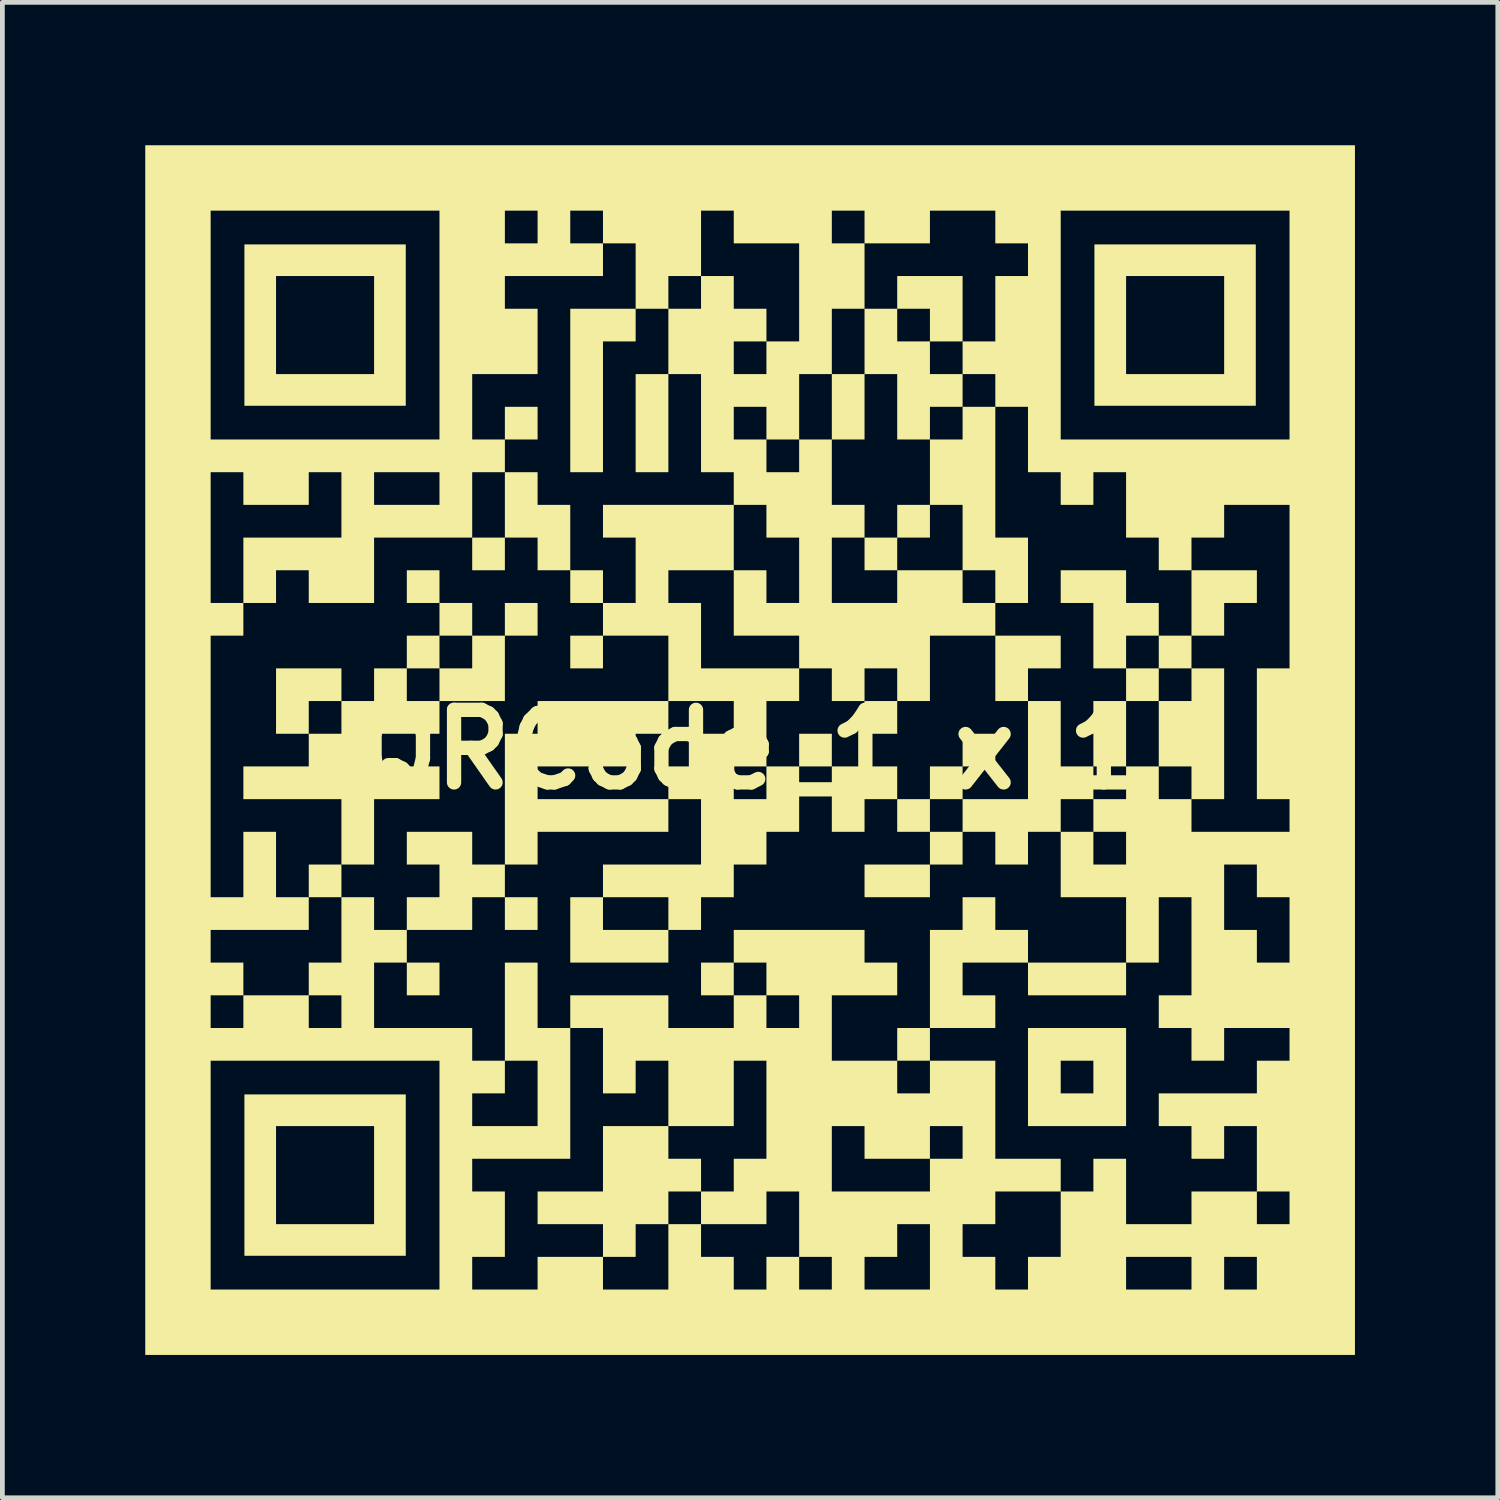
<source format=kicad_pcb>
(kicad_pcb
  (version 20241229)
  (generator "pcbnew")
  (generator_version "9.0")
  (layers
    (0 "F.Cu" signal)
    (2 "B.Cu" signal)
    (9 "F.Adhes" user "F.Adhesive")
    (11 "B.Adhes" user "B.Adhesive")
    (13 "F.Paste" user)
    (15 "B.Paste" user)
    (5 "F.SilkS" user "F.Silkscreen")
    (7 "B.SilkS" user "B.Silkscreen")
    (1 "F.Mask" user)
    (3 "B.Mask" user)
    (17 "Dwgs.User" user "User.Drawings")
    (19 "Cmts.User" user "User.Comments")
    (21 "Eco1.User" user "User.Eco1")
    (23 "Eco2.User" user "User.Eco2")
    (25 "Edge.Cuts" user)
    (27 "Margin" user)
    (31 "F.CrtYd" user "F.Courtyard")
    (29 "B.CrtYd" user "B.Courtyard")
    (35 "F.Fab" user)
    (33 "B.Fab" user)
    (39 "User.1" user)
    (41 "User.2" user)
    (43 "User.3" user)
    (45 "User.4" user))
  (footprint "QRCode_1 x 1"
    (layer "F.Cu")
    (at 12.689 12.689)
    (property "Reference" "QRCode_1 x 1" (at 0 0 0) (layer "F.SilkS") (effects (font (size 1.524 1.524) (thickness 0.3))))
    (attr board_only exclude_from_pos_files exclude_from_bom)
    (fp_poly (pts (xy -8.57 3.1) (xy -9.256 3.1) (xy -9.256 2.414) (xy -8.57 2.414)) (stroke (width 0) (type solid)) (fill yes) (layer "F.SilkS"))
    (fp_poly (pts (xy -6.511 -3.078) (xy -7.197 -3.078) (xy -7.197 -3.765) (xy -6.511 -3.765)) (stroke (width 0) (type solid)) (fill yes) (layer "F.SilkS"))
    (fp_poly (pts (xy -6.511 5.16) (xy -7.197 5.16) (xy -7.197 4.473) (xy -6.511 4.473)) (stroke (width 0) (type solid)) (fill yes) (layer "F.SilkS"))
    (fp_poly (pts (xy -5.138 -3.765) (xy -5.824 -3.765) (xy -5.824 -4.451) (xy -5.138 -4.451)) (stroke (width 0) (type solid)) (fill yes) (layer "F.SilkS"))
    (fp_poly (pts (xy -4.451 -6.511) (xy -5.138 -6.511) (xy -5.138 -7.197) (xy -4.451 -7.197)) (stroke (width 0) (type solid)) (fill yes) (layer "F.SilkS"))
    (fp_poly (pts (xy -4.451 -2.392) (xy -5.138 -2.392) (xy -5.138 -3.078) (xy -4.451 -3.078)) (stroke (width 0) (type solid)) (fill yes) (layer "F.SilkS"))
    (fp_poly (pts (xy -4.451 3.787) (xy -5.138 3.787) (xy -5.138 3.1) (xy -4.451 3.1)) (stroke (width 0) (type solid)) (fill yes) (layer "F.SilkS"))
    (fp_poly (pts (xy -3.078 -3.078) (xy -3.765 -3.078) (xy -3.765 -3.765) (xy -3.078 -3.765)) (stroke (width 0) (type solid)) (fill yes) (layer "F.SilkS"))
    (fp_poly (pts (xy -3.078 -1.705) (xy -3.765 -1.705) (xy -3.765 -2.392) (xy -3.078 -2.392)) (stroke (width 0) (type solid)) (fill yes) (layer "F.SilkS"))
    (fp_poly (pts (xy -1.705 -5.824) (xy -2.392 -5.824) (xy -2.392 -7.884) (xy -1.705 -7.884)) (stroke (width 0) (type solid)) (fill yes) (layer "F.SilkS"))
    (fp_poly (pts (xy -0.332 5.16) (xy -1.019 5.16) (xy -1.019 4.473) (xy -0.332 4.473)) (stroke (width 0) (type solid)) (fill yes) (layer "F.SilkS"))
    (fp_poly (pts (xy 1.727 0.354) (xy 1.041 0.354) (xy 1.041 -0.332) (xy 1.727 -0.332)) (stroke (width 0) (type solid)) (fill yes) (layer "F.SilkS"))
    (fp_poly (pts (xy 2.414 -6.511) (xy 1.727 -6.511) (xy 1.727 -7.884) (xy 2.414 -7.884)) (stroke (width 0) (type solid)) (fill yes) (layer "F.SilkS"))
    (fp_poly (pts (xy 3.1 -3.765) (xy 2.414 -3.765) (xy 2.414 -4.451) (xy 3.1 -4.451)) (stroke (width 0) (type solid)) (fill yes) (layer "F.SilkS"))
    (fp_poly (pts (xy 3.1 -0.332) (xy 2.414 -0.332) (xy 2.414 -1.019) (xy 3.1 -1.019)) (stroke (width 0) (type solid)) (fill yes) (layer "F.SilkS"))
    (fp_poly (pts (xy 3.787 -4.451) (xy 3.1 -4.451) (xy 3.1 -5.138) (xy 3.787 -5.138)) (stroke (width 0) (type solid)) (fill yes) (layer "F.SilkS"))
    (fp_poly (pts (xy 3.787 3.1) (xy 2.414 3.1) (xy 2.414 2.414) (xy 3.787 2.414)) (stroke (width 0) (type solid)) (fill yes) (layer "F.SilkS"))
    (fp_poly (pts (xy 3.787 6.533) (xy 3.1 6.533) (xy 3.1 5.846) (xy 3.787 5.846)) (stroke (width 0) (type solid)) (fill yes) (layer "F.SilkS"))
    (fp_poly (pts (xy 5.16 0.354) (xy 4.473 0.354) (xy 4.473 -0.332) (xy 5.16 -0.332)) (stroke (width 0) (type solid)) (fill yes) (layer "F.SilkS"))
    (fp_poly (pts (xy 7.906 0.354) (xy 7.219 0.354) (xy 7.219 -1.019) (xy 7.906 -1.019)) (stroke (width 0) (type solid)) (fill yes) (layer "F.SilkS"))
    (fp_poly (pts (xy 7.906 5.16) (xy 5.846 5.16) (xy 5.846 4.473) (xy 7.906 4.473)) (stroke (width 0) (type solid)) (fill yes) (layer "F.SilkS"))
    (fp_poly (pts (xy -2.392 -8.57) (xy -3.078 -8.57) (xy -3.078 -5.824) (xy -3.765 -5.824) (xy -3.765 -9.256) (xy -2.392 -9.256)) (stroke (width 0) (type solid)) (fill yes) (layer "F.SilkS"))
    (fp_poly (pts (xy 3.1 1.041) (xy 2.414 1.041) (xy 2.414 1.727) (xy 1.727 1.727) (xy 1.727 0.354) (xy 3.1 0.354)) (stroke (width 0) (type solid)) (fill yes) (layer "F.SilkS"))
    (fp_poly (pts (xy 6.533 -1.705) (xy 5.846 -1.705) (xy 5.846 -1.019) (xy 5.16 -1.019) (xy 5.16 -2.392) (xy 6.533 -2.392)) (stroke (width 0) (type solid)) (fill yes) (layer "F.SilkS"))
    (fp_poly (pts (xy 10.652 -3.078) (xy 9.965 -3.078) (xy 9.965 -2.392) (xy 9.279 -2.392) (xy 9.279 -3.765) (xy 10.652 -3.765)) (stroke (width 0) (type solid)) (fill yes) (layer "F.SilkS"))
    (fp_poly (pts (xy -5.138 -5.824) (xy -4.451 -5.824) (xy -4.451 -5.138) (xy -3.765 -5.138) (xy -3.765 -3.765) (xy -4.451 -3.765) (xy -4.451 -4.451) (xy -5.138 -4.451)) (stroke (width 0) (type solid)) (fill yes) (layer "F.SilkS"))
    (fp_poly (pts (xy 9.965 1.041) (xy 9.279 1.041) (xy 9.279 0.354) (xy 8.592 0.354) (xy 8.592 -1.019) (xy 9.279 -1.019) (xy 9.279 -1.705) (xy 9.965 -1.705)) (stroke (width 0) (type solid)) (fill yes) (layer "F.SilkS"))
    (fp_poly (pts (xy -7.219 -7.219) (xy -10.607 -7.219) (xy -10.607 -7.884) (xy -9.943 -7.884) (xy -7.884 -7.884) (xy -7.884 -9.943) (xy -9.943 -9.943) (xy -9.943 -7.884) (xy -10.607 -7.884) (xy -10.607 -10.607) (xy -7.219 -10.607)) (stroke (width 0) (type solid)) (fill yes) (layer "F.SilkS"))
    (fp_poly (pts (xy -7.219 10.629) (xy -10.607 10.629) (xy -10.607 9.965) (xy -9.943 9.965) (xy -7.884 9.965) (xy -7.884 7.906) (xy -9.943 7.906) (xy -9.943 9.965) (xy -10.607 9.965) (xy -10.607 7.241) (xy -7.219 7.241)) (stroke (width 0) (type solid)) (fill yes) (layer "F.SilkS"))
    (fp_poly (pts (xy 7.906 7.906) (xy 5.846 7.906) (xy 5.846 7.219) (xy 6.533 7.219) (xy 7.219 7.219) (xy 7.219 6.533) (xy 6.533 6.533) (xy 6.533 7.219) (xy 5.846 7.219) (xy 5.846 5.846) (xy 7.906 5.846)) (stroke (width 0) (type solid)) (fill yes) (layer "F.SilkS"))
    (fp_poly (pts (xy 10.629 -7.219) (xy 7.241 -7.219) (xy 7.241 -7.884) (xy 7.906 -7.884) (xy 9.965 -7.884) (xy 9.965 -9.943) (xy 7.906 -9.943) (xy 7.906 -7.884) (xy 7.241 -7.884) (xy 7.241 -10.607) (xy 10.629 -10.607)) (stroke (width 0) (type solid)) (fill yes) (layer "F.SilkS"))
    (fp_poly (pts (xy -5.824 2.414) (xy -5.138 2.414) (xy -5.138 3.1) (xy -5.824 3.1) (xy -5.824 3.787) (xy -7.197 3.787) (xy -7.197 3.1) (xy -6.511 3.1) (xy -6.511 2.414) (xy -7.197 2.414) (xy -7.197 1.727) (xy -5.824 1.727)) (stroke (width 0) (type solid)) (fill yes) (layer "F.SilkS"))
    (fp_poly (pts (xy 5.16 3.787) (xy 5.846 3.787) (xy 5.846 4.473) (xy 4.473 4.473) (xy 4.473 5.16) (xy 5.16 5.16) (xy 5.16 5.846) (xy 3.787 5.846) (xy 3.787 3.787) (xy 4.473 3.787) (xy 4.473 3.1) (xy 5.16 3.1)) (stroke (width 0) (type solid)) (fill yes) (layer "F.SilkS"))
    (fp_poly (pts (xy -1.705 8.592) (xy -1.019 8.592) (xy -1.019 9.279) (xy -1.705 9.279) (xy -1.705 9.965) (xy -2.392 9.965) (xy -2.392 10.652) (xy -3.078 10.652) (xy -3.078 9.965) (xy -4.451 9.965) (xy -4.451 9.279) (xy -3.078 9.279) (xy -3.078 7.906) (xy -1.705 7.906)) (stroke (width 0) (type solid)) (fill yes) (layer "F.SilkS"))
    (fp_poly (pts (xy 9.279 -2.392) (xy 9.279 -1.705) (xy 8.592 -1.705) (xy 8.592 -1.019) (xy 7.906 -1.019) (xy 7.906 -1.705) (xy 8.592 -1.705) (xy 8.592 -2.392) (xy 7.906 -2.392) (xy 7.906 -1.705) (xy 7.219 -1.705) (xy 7.219 -3.078) (xy 6.533 -3.078) (xy 6.533 -3.765) (xy 7.906 -3.765) (xy 7.906 -3.078) (xy 8.592 -3.078) (xy 8.592 -2.392)) (stroke (width 0) (type solid)) (fill yes) (layer "F.SilkS"))
    (fp_poly (pts (xy 6.533 0.354) (xy 7.219 0.354) (xy 7.219 1.041) (xy 6.533 1.041) (xy 6.533 1.727) (xy 5.846 1.727) (xy 5.846 2.414) (xy 5.16 2.414) (xy 5.16 1.727) (xy 4.473 1.727) (xy 4.473 2.414) (xy 3.787 2.414) (xy 3.787 1.727) (xy 4.473 1.727) (xy 4.473 1.041) (xy 3.787 1.041) (xy 3.787 1.727) (xy 3.1 1.727) (xy 3.1 1.041) (xy 3.787 1.041) (xy 3.787 0.354) (xy 4.473 0.354) (xy 4.473 1.041) (xy 5.846 1.041) (xy 5.846 -1.019) (xy 6.533 -1.019)) (stroke (width 0) (type solid)) (fill yes) (layer "F.SilkS"))
    (fp_poly (pts (xy 3.787 -6.511) (xy 4.473 -6.511) (xy 4.473 -7.197) (xy 3.787 -7.197) (xy 3.787 -6.511) (xy 3.1 -6.511) (xy 3.1 -7.884) (xy 2.414 -7.884) (xy 2.414 -8.57) (xy 3.1 -8.57) (xy 3.787 -8.57) (xy 3.787 -9.256) (xy 3.1 -9.256) (xy 3.1 -8.57) (xy 2.414 -8.57) (xy 2.414 -9.256) (xy 3.1 -9.256) (xy 3.1 -9.943) (xy 4.473 -9.943) (xy 4.473 -8.57) (xy 3.787 -8.57) (xy 3.787 -7.884) (xy 4.473 -7.884) (xy 4.473 -7.197) (xy 5.16 -7.197) (xy 5.16 -4.451) (xy 5.846 -4.451) (xy 5.846 -3.078) (xy 5.16 -3.078) (xy 5.16 -3.765) (xy 4.473 -3.765) (xy 4.473 -5.138) (xy 3.787 -5.138)) (stroke (width 0) (type solid)) (fill yes) (layer "F.SilkS"))
    (fp_poly (pts (xy -5.138 -2.392) (xy -5.138 -1.019) (xy -6.511 -1.019) (xy -6.511 -0.332) (xy -7.884 -0.332) (xy -7.884 0.354) (xy -6.511 0.354) (xy -6.511 1.041) (xy -7.884 1.041) (xy -7.884 2.414) (xy -8.57 2.414) (xy -8.57 1.041) (xy -10.629 1.041) (xy -10.629 0.354) (xy -9.256 0.354) (xy -9.256 -0.332) (xy -8.57 -0.332) (xy -8.57 -1.019) (xy -9.256 -1.019) (xy -9.256 -0.332) (xy -9.943 -0.332) (xy -9.943 -1.705) (xy -8.57 -1.705) (xy -8.57 -1.019) (xy -7.884 -1.019) (xy -7.197 -1.019) (xy -6.511 -1.019) (xy -6.511 -1.705) (xy -5.824 -1.705) (xy -5.824 -2.392) (xy -6.511 -2.392) (xy -6.511 -1.705) (xy -7.197 -1.705) (xy -7.197 -1.019) (xy -7.884 -1.019) (xy -7.884 -1.705) (xy -7.197 -1.705) (xy -7.197 -2.392) (xy -6.511 -2.392) (xy -6.511 -3.078) (xy -5.824 -3.078) (xy -5.824 -2.392)) (stroke (width 0) (type solid)) (fill yes) (layer "F.SilkS"))
    (fp_poly (pts (xy -3.078 -3.078) (xy -2.392 -3.078) (xy -2.392 -4.451) (xy -3.078 -4.451) (xy -3.078 -5.138) (xy -0.332 -5.138) (xy -0.332 -3.765) (xy -1.705 -3.765) (xy -1.705 -3.078) (xy -1.019 -3.078) (xy -1.019 -1.705) (xy 1.041 -1.705) (xy 1.041 -1.019) (xy 0.354 -1.019) (xy 0.354 0.354) (xy 1.041 0.354) (xy 1.041 1.727) (xy 0.354 1.727) (xy 0.354 2.414) (xy -0.332 2.414) (xy -0.332 3.1) (xy -1.019 3.1) (xy -1.019 3.787) (xy -1.705 3.787) (xy -1.705 4.473) (xy -3.765 4.473) (xy -3.765 3.787) (xy -3.078 3.787) (xy -1.705 3.787) (xy -1.705 3.1) (xy -3.078 3.1) (xy -3.078 3.787) (xy -3.765 3.787) (xy -3.765 3.1) (xy -3.078 3.1) (xy -3.078 2.414) (xy -1.019 2.414) (xy -1.019 1.041) (xy -0.332 1.041) (xy 0.354 1.041) (xy 0.354 0.354) (xy -0.332 0.354) (xy -0.332 1.041) (xy -1.019 1.041) (xy -1.705 1.041) (xy -1.705 1.727) (xy -4.451 1.727) (xy -4.451 2.414) (xy -5.138 2.414) (xy -5.138 1.041) (xy -4.451 1.041) (xy -1.705 1.041) (xy -1.705 0.354) (xy -1.019 0.354) (xy -1.019 -0.332) (xy -0.332 -0.332) (xy -0.332 -1.019) (xy -1.705 -1.019) (xy -1.705 -0.332) (xy -2.392 -0.332) (xy -2.392 0.354) (xy -4.451 0.354) (xy -4.451 1.041) (xy -5.138 1.041) (xy -5.138 -0.332) (xy -4.451 -0.332) (xy -4.451 -1.019) (xy -1.705 -1.019) (xy -1.705 -2.392) (xy -3.078 -2.392)) (stroke (width 0) (type solid)) (fill yes) (layer "F.SilkS"))
    (fp_poly (pts (xy 12.711 12.711) (xy -12.689 12.711) (xy -12.689 11.338) (xy -11.316 11.338) (xy -6.511 11.338) (xy -5.824 11.338) (xy -4.451 11.338) (xy -4.451 10.652) (xy -3.078 10.652) (xy -3.078 11.338) (xy -1.705 11.338) (xy -1.705 10.652) (xy -1.019 10.652) (xy -0.332 10.652) (xy -0.332 11.338) (xy 0.354 11.338) (xy 1.041 11.338) (xy 1.727 11.338) (xy 2.414 11.338) (xy 3.787 11.338) (xy 3.787 10.652) (xy 4.473 10.652) (xy 5.16 10.652) (xy 5.16 11.338) (xy 5.846 11.338) (xy 7.906 11.338) (xy 9.279 11.338) (xy 9.965 11.338) (xy 10.652 11.338) (xy 10.652 10.652) (xy 9.965 10.652) (xy 9.965 11.338) (xy 9.279 11.338) (xy 9.279 10.652) (xy 7.906 10.652) (xy 7.906 11.338) (xy 5.846 11.338) (xy 5.846 10.652) (xy 6.533 10.652) (xy 6.533 9.279) (xy 5.16 9.279) (xy 5.16 9.965) (xy 4.473 9.965) (xy 4.473 10.652) (xy 3.787 10.652) (xy 3.787 9.965) (xy 3.1 9.965) (xy 3.1 10.652) (xy 2.414 10.652) (xy 2.414 11.338) (xy 1.727 11.338) (xy 1.727 10.652) (xy 1.041 10.652) (xy 1.041 11.338) (xy 0.354 11.338) (xy 0.354 10.652) (xy 1.041 10.652) (xy 1.041 9.279) (xy 1.727 9.279) (xy 3.787 9.279) (xy 3.787 8.592) (xy 4.473 8.592) (xy 4.473 7.906) (xy 3.787 7.906) (xy 3.787 8.592) (xy 2.414 8.592) (xy 2.414 7.906) (xy 1.727 7.906) (xy 1.727 9.279) (xy 1.041 9.279) (xy 0.354 9.279) (xy 0.354 9.965) (xy -1.019 9.965) (xy -1.019 10.652) (xy -1.705 10.652) (xy -1.705 9.965) (xy -1.019 9.965) (xy -1.019 9.279) (xy -0.332 9.279) (xy -0.332 8.592) (xy 0.354 8.592) (xy 0.354 6.533) (xy -0.332 6.533) (xy -0.332 7.906) (xy -1.705 7.906) (xy -1.705 6.533) (xy -2.392 6.533) (xy -2.392 7.219) (xy -3.078 7.219) (xy -3.078 5.846) (xy -3.765 5.846) (xy -3.765 8.592) (xy -5.824 8.592) (xy -5.824 9.279) (xy -5.138 9.279) (xy -5.138 10.652) (xy -5.824 10.652) (xy -5.824 11.338) (xy -6.511 11.338) (xy -6.511 7.906) (xy -5.824 7.906) (xy -4.451 7.906) (xy -4.451 6.533) (xy -5.138 6.533) (xy -5.138 7.219) (xy -5.824 7.219) (xy -5.824 7.906) (xy -6.511 7.906) (xy -6.511 6.533) (xy -11.316 6.533) (xy -11.316 11.338) (xy -12.689 11.338) (xy -12.689 5.846) (xy -11.316 5.846) (xy -10.629 5.846) (xy -9.256 5.846) (xy -8.57 5.846) (xy -8.57 5.16) (xy -9.256 5.16) (xy -9.256 5.846) (xy -10.629 5.846) (xy -10.629 5.16) (xy -11.316 5.16) (xy -11.316 5.846) (xy -12.689 5.846) (xy -12.689 4.473) (xy -11.316 4.473) (xy -10.629 4.473) (xy -10.629 5.16) (xy -9.256 5.16) (xy -9.256 4.473) (xy -8.57 4.473) (xy -8.57 3.1) (xy -7.884 3.1) (xy -7.884 3.787) (xy -7.197 3.787) (xy -7.197 4.473) (xy -7.884 4.473) (xy -7.884 5.846) (xy -5.824 5.846) (xy -5.824 6.533) (xy -5.138 6.533) (xy -5.138 4.473) (xy -4.451 4.473) (xy -4.451 5.846) (xy -3.765 5.846) (xy -3.765 5.16) (xy -1.705 5.16) (xy -1.705 5.846) (xy -0.332 5.846) (xy 0.354 5.846) (xy 1.041 5.846) (xy 1.041 5.16) (xy 0.354 5.16) (xy 0.354 5.846) (xy -0.332 5.846) (xy -0.332 5.16) (xy 0.354 5.16) (xy 0.354 4.473) (xy -0.332 4.473) (xy -0.332 3.787) (xy 2.414 3.787) (xy 2.414 4.473) (xy 3.1 4.473) (xy 3.1 5.16) (xy 1.727 5.16) (xy 1.727 6.533) (xy 3.1 6.533) (xy 3.1 7.219) (xy 3.787 7.219) (xy 3.787 6.533) (xy 5.16 6.533) (xy 5.16 8.592) (xy 6.533 8.592) (xy 6.533 9.279) (xy 7.219 9.279) (xy 7.219 8.592) (xy 7.906 8.592) (xy 7.906 9.965) (xy 9.279 9.965) (xy 10.652 9.965) (xy 11.338 9.965) (xy 11.338 9.279) (xy 10.652 9.279) (xy 10.652 9.965) (xy 9.279 9.965) (xy 9.279 9.279) (xy 10.652 9.279) (xy 10.652 7.906) (xy 9.965 7.906) (xy 9.965 8.592) (xy 9.279 8.592) (xy 9.279 7.906) (xy 8.592 7.906) (xy 8.592 7.219) (xy 10.652 7.219) (xy 10.652 6.533) (xy 11.338 6.533) (xy 11.338 5.846) (xy 9.965 5.846) (xy 9.965 6.533) (xy 9.279 6.533) (xy 9.279 5.846) (xy 8.592 5.846) (xy 8.592 5.16) (xy 9.279 5.16) (xy 9.279 3.787) (xy 9.965 3.787) (xy 10.652 3.787) (xy 10.652 4.473) (xy 11.338 4.473) (xy 11.338 3.1) (xy 10.652 3.1) (xy 10.652 2.414) (xy 9.965 2.414) (xy 9.965 3.787) (xy 9.279 3.787) (xy 9.279 3.1) (xy 8.592 3.1) (xy 8.592 4.473) (xy 7.906 4.473) (xy 7.906 3.1) (xy 6.533 3.1) (xy 6.533 2.414) (xy 7.219 2.414) (xy 7.906 2.414) (xy 7.906 1.727) (xy 7.219 1.727) (xy 7.219 2.414) (xy 6.533 2.414) (xy 6.533 1.727) (xy 7.219 1.727) (xy 7.219 1.041) (xy 7.906 1.041) (xy 7.906 0.354) (xy 8.592 0.354) (xy 8.592 1.041) (xy 9.279 1.041) (xy 9.279 1.727) (xy 11.338 1.727) (xy 11.338 1.041) (xy 10.652 1.041) (xy 10.652 -1.705) (xy 11.338 -1.705) (xy 11.338 -5.138) (xy 9.965 -5.138) (xy 9.965 -4.451) (xy 9.279 -4.451) (xy 9.279 -3.765) (xy 8.592 -3.765) (xy 8.592 -4.451) (xy 7.906 -4.451) (xy 7.906 -5.824) (xy 7.219 -5.824) (xy 7.219 -5.138) (xy 6.533 -5.138) (xy 6.533 -5.824) (xy 5.846 -5.824) (xy 5.846 -6.511) (xy 6.533 -6.511) (xy 11.338 -6.511) (xy 11.338 -11.316) (xy 6.533 -11.316) (xy 6.533 -6.511) (xy 5.846 -6.511) (xy 5.846 -7.197) (xy 5.16 -7.197) (xy 5.16 -7.884) (xy 4.473 -7.884) (xy 4.473 -8.57) (xy 5.16 -8.57) (xy 5.16 -9.943) (xy 5.846 -9.943) (xy 5.846 -10.629) (xy 5.16 -10.629) (xy 5.16 -11.316) (xy 3.787 -11.316) (xy 3.787 -10.629) (xy 2.414 -10.629) (xy 2.414 -9.256) (xy 1.727 -9.256) (xy 1.727 -7.884) (xy 1.041 -7.884) (xy 1.041 -6.511) (xy 1.727 -6.511) (xy 1.727 -5.138) (xy 2.414 -5.138) (xy 2.414 -4.451) (xy 1.727 -4.451) (xy 1.727 -3.078) (xy 3.1 -3.078) (xy 3.1 -3.765) (xy 4.473 -3.765) (xy 4.473 -3.078) (xy 5.16 -3.078) (xy 5.16 -2.392) (xy 3.787 -2.392) (xy 3.787 -1.019) (xy 3.1 -1.019) (xy 3.1 -1.705) (xy 2.414 -1.705) (xy 2.414 -1.019) (xy 1.727 -1.019) (xy 1.727 -1.705) (xy 1.041 -1.705) (xy 1.041 -2.392) (xy -0.332 -2.392) (xy -0.332 -3.765) (xy 0.354 -3.765) (xy 0.354 -3.078) (xy 1.041 -3.078) (xy 1.041 -4.451) (xy 0.354 -4.451) (xy 0.354 -5.138) (xy -0.332 -5.138) (xy -0.332 -5.824) (xy 0.354 -5.824) (xy 1.041 -5.824) (xy 1.041 -6.511) (xy 0.354 -6.511) (xy 0.354 -5.824) (xy -0.332 -5.824) (xy -1.019 -5.824) (xy -1.019 -6.511) (xy -0.332 -6.511) (xy 0.354 -6.511) (xy 0.354 -7.197) (xy -0.332 -7.197) (xy -0.332 -6.511) (xy -1.019 -6.511) (xy -1.019 -7.884) (xy -0.332 -7.884) (xy 0.354 -7.884) (xy 0.354 -8.57) (xy -0.332 -8.57) (xy -0.332 -7.884) (xy -1.019 -7.884) (xy -1.705 -7.884) (xy -1.705 -9.256) (xy -1.019 -9.256) (xy -1.019 -9.943) (xy -0.332 -9.943) (xy -0.332 -9.256) (xy 0.354 -9.256) (xy 0.354 -8.57) (xy 1.041 -8.57) (xy 1.041 -10.629) (xy 1.727 -10.629) (xy 2.414 -10.629) (xy 2.414 -11.316) (xy 1.727 -11.316) (xy 1.727 -10.629) (xy 1.041 -10.629) (xy -0.332 -10.629) (xy -0.332 -11.316) (xy -1.019 -11.316) (xy -1.019 -9.943) (xy -1.705 -9.943) (xy -1.705 -9.256) (xy -2.392 -9.256) (xy -2.392 -10.629) (xy -3.078 -10.629) (xy -3.078 -9.943) (xy -5.138 -9.943) (xy -5.138 -9.256) (xy -4.451 -9.256) (xy -4.451 -7.884) (xy -5.824 -7.884) (xy -5.824 -6.511) (xy -5.138 -6.511) (xy -5.138 -5.824) (xy -5.824 -5.824) (xy -5.824 -4.451) (xy -7.884 -4.451) (xy -7.884 -3.078) (xy -9.256 -3.078) (xy -9.256 -3.765) (xy -9.943 -3.765) (xy -9.943 -3.078) (xy -10.629 -3.078) (xy -10.629 -2.392) (xy -11.316 -2.392) (xy -11.316 3.1) (xy -10.629 3.1) (xy -10.629 1.727) (xy -9.943 1.727) (xy -9.943 3.1) (xy -9.256 3.1) (xy -9.256 3.787) (xy -11.316 3.787) (xy -11.316 4.473) (xy -12.689 4.473) (xy -12.689 -3.078) (xy -11.316 -3.078) (xy -10.629 -3.078) (xy -10.629 -4.451) (xy -8.57 -4.451) (xy -8.57 -5.138) (xy -7.884 -5.138) (xy -6.511 -5.138) (xy -6.511 -5.824) (xy -7.884 -5.824) (xy -7.884 -5.138) (xy -8.57 -5.138) (xy -8.57 -5.824) (xy -9.256 -5.824) (xy -9.256 -5.138) (xy -10.629 -5.138) (xy -10.629 -5.824) (xy -11.316 -5.824) (xy -11.316 -3.078) (xy -12.689 -3.078) (xy -12.689 -6.511) (xy -11.316 -6.511) (xy -6.511 -6.511) (xy -6.511 -10.629) (xy -5.138 -10.629) (xy -4.451 -10.629) (xy -3.765 -10.629) (xy -3.078 -10.629) (xy -3.078 -11.316) (xy -3.765 -11.316) (xy -3.765 -10.629) (xy -4.451 -10.629) (xy -4.451 -11.316) (xy -5.138 -11.316) (xy -5.138 -10.629) (xy -6.511 -10.629) (xy -6.511 -11.316) (xy -11.316 -11.316) (xy -11.316 -6.511) (xy -12.689 -6.511) (xy -12.689 -12.689) (xy 12.711 -12.689)) (stroke (width 0) (type solid)) (fill yes) (layer "F.SilkS")))
  (gr_rect
    (start -3 -3)
    (end 28.4 28.4)
    (stroke (width 0.1) (type default))
    (fill no)
    (layer "Edge.Cuts")))
</source>
